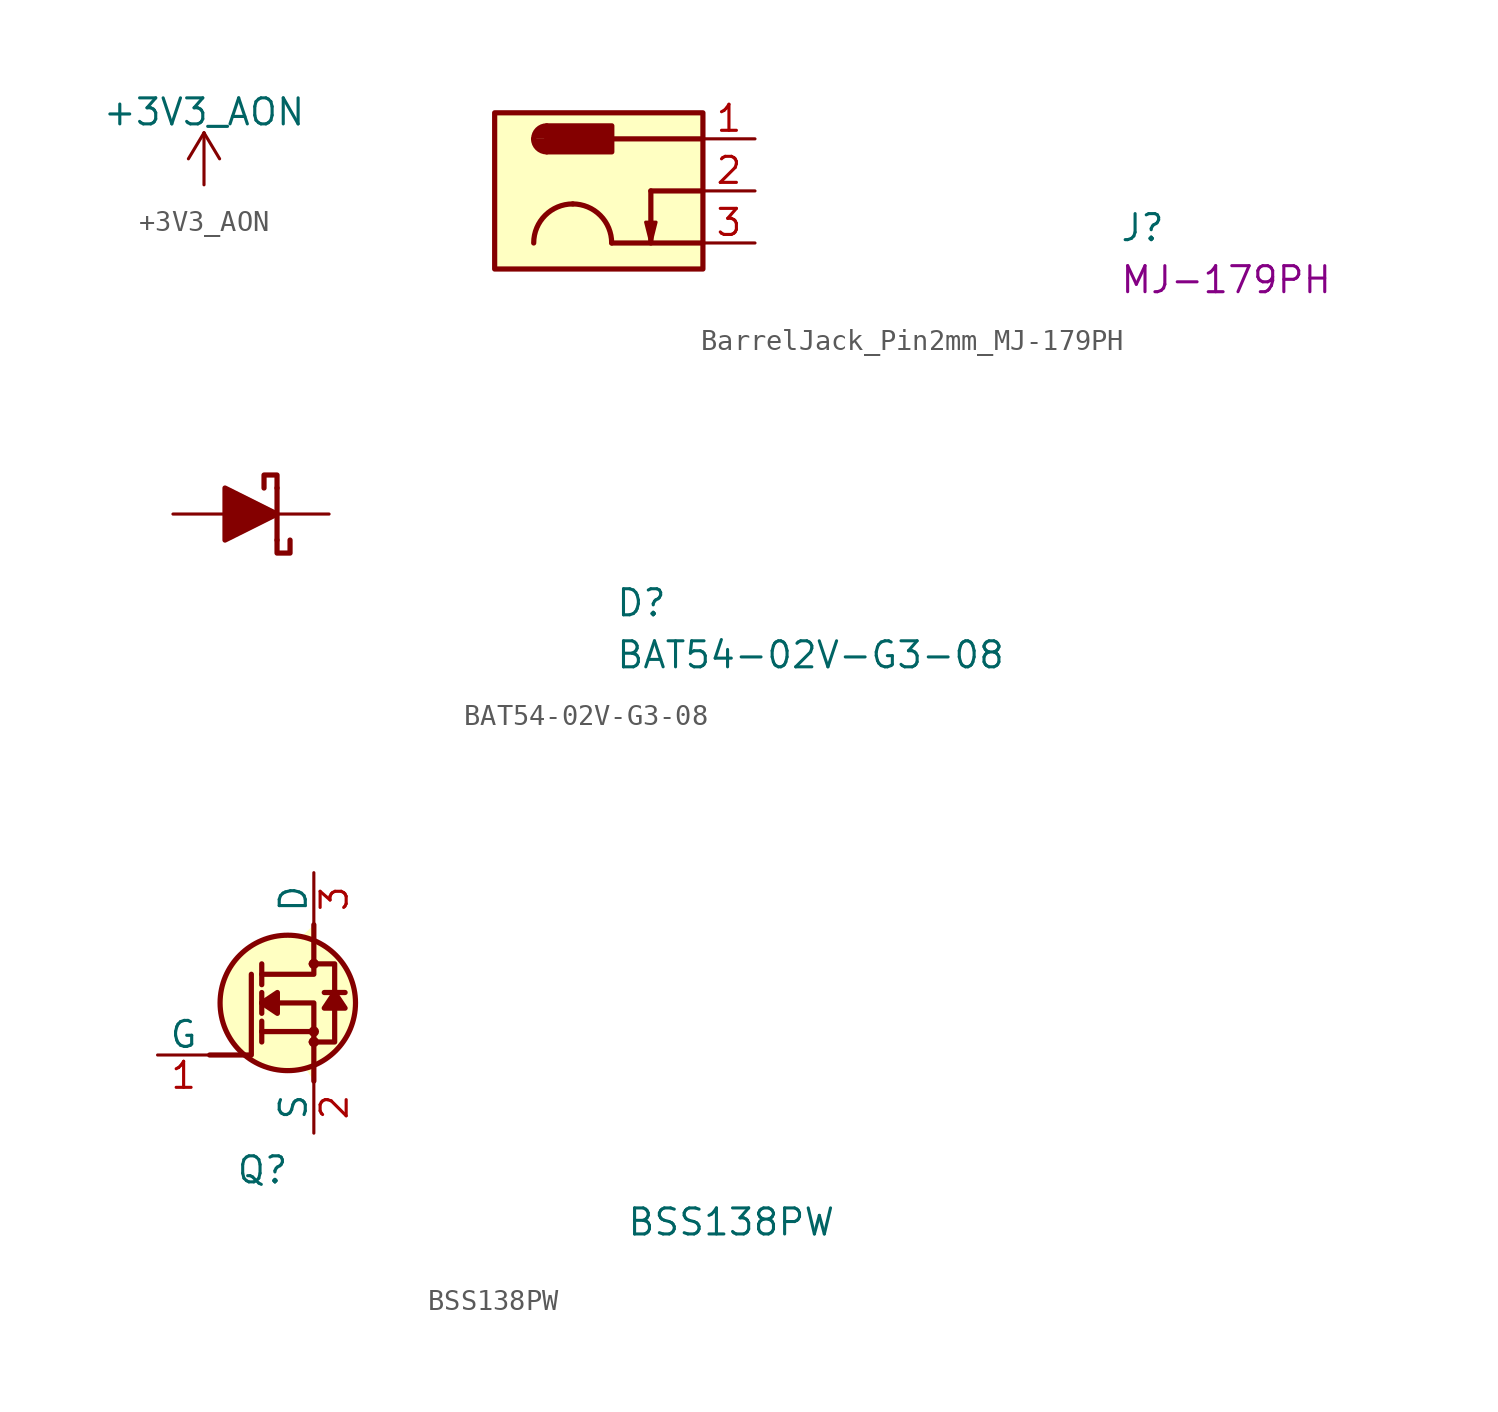
<source format=kicad_sym>
(kicad_symbol_lib
  (version 20220914)
  (generator kicad_symbol_editor)
  (symbol "+3V3_AON"
    (power)
    (pin_names
      (offset 0))
    (property "Reference" "#PWR"
      (at 0 -3.81 0)
      (effects (font (size 1.27 1.27)) hide))
    (property "Value" "+3V3_AON"
      (at 0 3.556 0)
      (effects (font (size 1.27 1.27))))
    (symbol "+3V3_AON_0_1"
      (polyline (pts (xy -0.762 1.27) (xy 0 2.54)) (stroke (width 0) (type default)) (fill (type none)))
      (polyline (pts (xy 0 0) (xy 0 2.54)) (stroke (width 0) (type default)) (fill (type none)))
      (polyline (pts (xy 0 2.54) (xy 0.762 1.27)) (stroke (width 0) (type default)) (fill (type none))))
    (symbol "+3V3_AON_1_1"
      (pin power_in line (at 0 0 90) (length 0) hide (name "+3V3_AON" (effects (font (size 1.27 1.27)))) (number "1" (effects (font (size 1.27 1.27)))))))
  (symbol "BarrelJack_Pin2mm_MJ-179PH"
    (pin_names hide)
    (property "Reference" "J"
      (at 17.78 -5.08 0)
      (effects (font (size 1.27 1.27) (thickness 0.15)) (justify left bottom)))
    (property "MPN" "MJ-179PH"
      (at 17.78 -7.62 0)
      (effects (font (size 1.27 1.27) (thickness 0.15)) (justify left bottom)))
    (symbol "BarrelJack_Pin2mm_MJ-179PH_0_1"
      (polyline (pts (xy -5.08 -5.08) (xy -5.334 -4.064) (xy -4.826 -4.064) (xy -5.08 -5.08)) (stroke (width 0) (type default)) (fill (type outline))))
    (symbol "BarrelJack_Pin2mm_MJ-179PH_1_1"
      (rectangle (start -12.7 1.27) (end -2.54 -6.35) (stroke (width 0.254) (type default)) (fill (type background)))
      (arc (start -10.795 0) (mid -10.609 -0.449) (end -10.16 -0.635) (stroke (width 0.254) (type default)) (fill (type outline)))
      (rectangle (start -10.16 -0.635) (end -6.985 0.635) (stroke (width 0.254) (type default)) (fill (type outline)))
      (arc (start -10.16 0.635) (mid -10.609 0.449) (end -10.795 0) (stroke (width 0.254) (type default)) (fill (type outline)))
      (arc (start -8.89 -3.175) (mid -10.237 -3.733) (end -10.795 -5.08) (stroke (width 0.254) (type default)) (fill (type none)))
      (arc (start -6.985 -5.08) (mid -7.543 -3.733) (end -8.89 -3.175) (stroke (width 0.254) (type default)) (fill (type none)))
      (polyline (pts (xy -5.08 -2.54) (xy -5.08 -5.08)) (stroke (width 0.254) (type default)) (fill (type background)))
      (polyline (pts (xy -2.54 -5.08) (xy -6.985 -5.08)) (stroke (width 0.254) (type default)) (fill (type background)))
      (polyline (pts (xy -2.54 -2.54) (xy -5.08 -2.54)) (stroke (width 0.254) (type default)) (fill (type background)))
      (polyline (pts (xy -2.54 0) (xy -6.985 0)) (stroke (width 0.254) (type default)) (fill (type background)))
      (pin passive line (at 0 0 180) (length 2.54) (name "1" (effects (font (size 1.27 1.27)))) (number "1" (effects (font (size 1.27 1.27)))))
      (pin passive line (at 0 -2.54 180) (length 2.54) (name "2" (effects (font (size 1.27 1.27)))) (number "2" (effects (font (size 1.27 1.27)))))
      (pin passive line (at 0 -5.08 180) (length 2.54) (name "3" (effects (font (size 1.27 1.27)))) (number "3" (effects (font (size 1.27 1.27)))))))
  (symbol "BAT54-02V-G3-08"
    (pin_numbers hide)
    (pin_names hide)
    (property "Reference" "D"
      (at 21.59 -5.08 0)
      (effects (font (size 1.27 1.27) (thickness 0.15)) (justify left bottom)))
    (property "Value" "BAT54-02V-G3-08"
      (at 21.59 -7.62 0)
      (effects (font (size 1.27 1.27) (thickness 0.15)) (justify left bottom)))
    (symbol "BAT54-02V-G3-08_1_1"
      (polyline (pts (xy 5.08 1.27) (xy 5.08 -1.27)) (stroke (width 0.254) (type default)) (fill (type none)))
      (polyline (pts (xy 2.54 1.27) (xy 2.54 -1.27) (xy 5.08 0) (xy 2.54 1.27)) (stroke (width 0.254) (type default)) (fill (type outline)))
      (polyline (pts (xy 5.08 -1.27) (xy 5.08 -1.905) (xy 5.715 -1.905) (xy 5.715 -1.27)) (stroke (width 0.254) (type default)) (fill (type none)))
      (polyline (pts (xy 5.08 1.27) (xy 5.08 1.905) (xy 4.445 1.905) (xy 4.445 1.27)) (stroke (width 0.254) (type default)) (fill (type none)))
      (pin passive line (at 7.62 0 180) (length 2.54) (name "1" (effects (font (size 1.27 1.27)))) (number "1" (effects (font (size 1.27 1.27)))))
      (pin passive line (at 0 0 0) (length 2.54) (name "2" (effects (font (size 1.27 1.27)))) (number "2" (effects (font (size 1.27 1.27)))))))
  (symbol "BSS138PW"
    (pin_names
      (offset 0))
    (property "Reference" "Q"
      (at 3.81 -6.35 0)
      (effects (font (size 1.27 1.27) (thickness 0.15)) (justify left bottom)))
    (property "Value" "BSS138PW"
      (at 22.86 -8.89 0)
      (effects (font (size 1.27 1.27) (thickness 0.15)) (justify left bottom)))
    (symbol "BSS138PW_1_1"
      (polyline (pts (xy 5.08 1.143) (xy 5.08 0.635)) (stroke (width 0.254) (type default)) (fill (type background)))
      (polyline (pts (xy 5.08 1.143) (xy 5.08 1.651)) (stroke (width 0.254) (type default)) (fill (type background)))
      (polyline (pts (xy 5.08 2.54) (xy 5.08 2.032)) (stroke (width 0.254) (type default)) (fill (type background)))
      (polyline (pts (xy 5.08 2.54) (xy 5.08 3.048)) (stroke (width 0.254) (type default)) (fill (type background)))
      (polyline (pts (xy 5.08 4.445) (xy 5.08 3.429)) (stroke (width 0.254) (type default)) (fill (type background)))
      (polyline (pts (xy 7.62 1.143) (xy 5.08 1.143)) (stroke (width 0.254) (type default)) (fill (type background)))
      (polyline (pts (xy 9.144 3.048) (xy 8.128 3.048)) (stroke (width 0.254) (type default)) (fill (type background)))
      (polyline (pts (xy 2.54 0) (xy 4.572 0) (xy 4.572 3.937)) (stroke (width 0.254) (type default)) (fill (type none)))
      (polyline (pts (xy 7.62 -1.27) (xy 7.62 2.54) (xy 5.08 2.54)) (stroke (width 0.254) (type default)) (fill (type background)))
      (polyline (pts (xy 7.62 6.35) (xy 7.62 3.937) (xy 5.08 3.937)) (stroke (width 0.254) (type default)) (fill (type background)))
      (polyline (pts (xy 5.08 2.54) (xy 5.842 3.048) (xy 5.842 2.032) (xy 5.08 2.54)) (stroke (width 0.254) (type default)) (fill (type outline)))
      (polyline (pts (xy 8.636 3.048) (xy 8.128 2.286) (xy 9.144 2.286) (xy 8.636 3.048)) (stroke (width 0.254) (type default)) (fill (type outline)))
      (polyline (pts (xy 7.493 0.635) (xy 8.636 0.635) (xy 8.636 3.937) (xy 8.636 4.445) (xy 7.493 4.445)) (stroke (width 0.254) (type default)) (fill (type background)))
      (circle (center 6.35 2.54) (radius 3.302) (stroke (width 0.254) (type default)) (fill (type background)))
      (circle (center 7.62 0.635) (radius 0.127) (stroke (width 0.254) (type default)) (fill (type background)))
      (circle (center 7.62 1.143) (radius 0.127) (stroke (width 0.254) (type default)) (fill (type background)))
      (circle (center 7.62 4.445) (radius 0.127) (stroke (width 0.254) (type default)) (fill (type background)))
      (pin passive line (at 0 0 0) (length 2.54) (name "G" (effects (font (size 1.27 1.27)))) (number "1" (effects (font (size 1.27 1.27)))))
      (pin passive line (at 7.62 -3.81 90) (length 2.54) (name "S" (effects (font (size 1.27 1.27)))) (number "2" (effects (font (size 1.27 1.27)))))
      (pin passive line (at 7.62 8.89 270) (length 2.54) (name "D" (effects (font (size 1.27 1.27)))) (number "3" (effects (font (size 1.27 1.27))))))))
</source>
